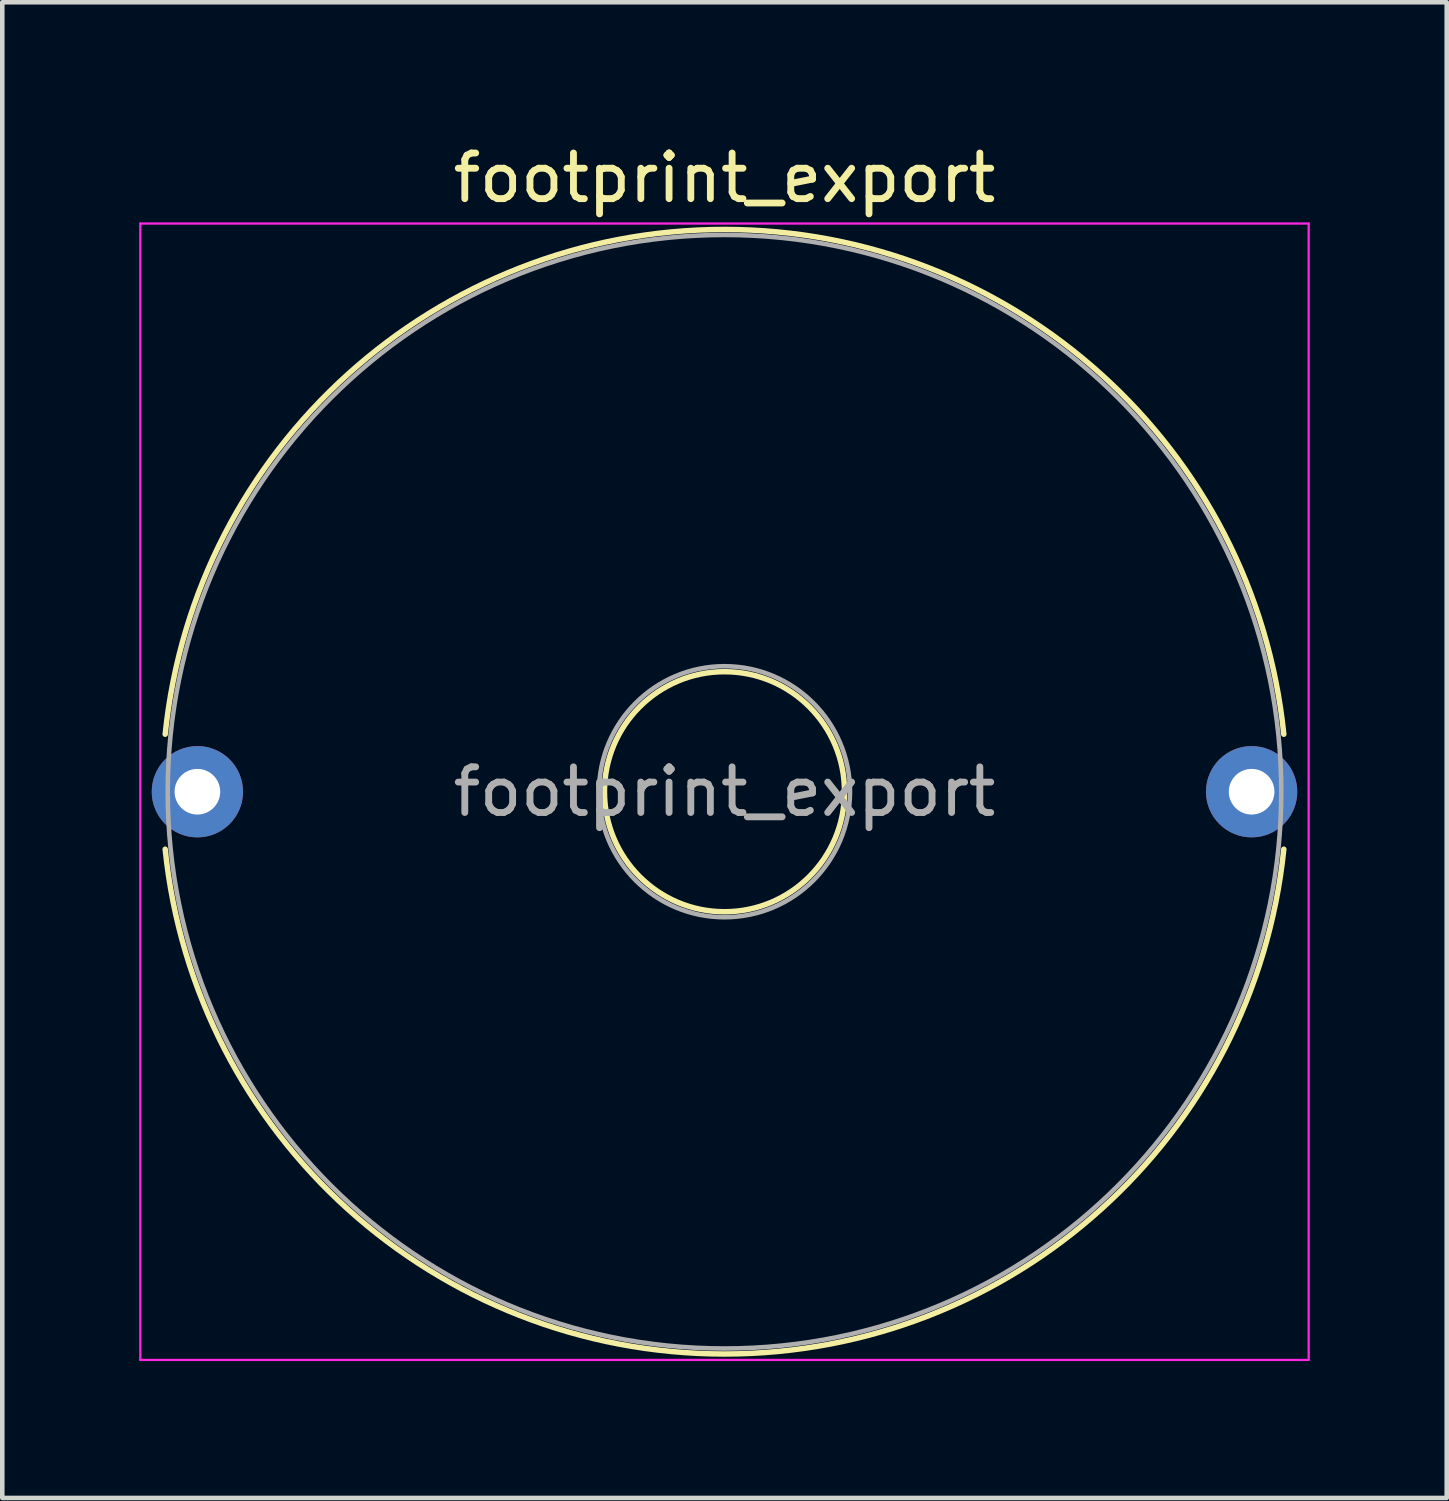
<source format=kicad_pcb>
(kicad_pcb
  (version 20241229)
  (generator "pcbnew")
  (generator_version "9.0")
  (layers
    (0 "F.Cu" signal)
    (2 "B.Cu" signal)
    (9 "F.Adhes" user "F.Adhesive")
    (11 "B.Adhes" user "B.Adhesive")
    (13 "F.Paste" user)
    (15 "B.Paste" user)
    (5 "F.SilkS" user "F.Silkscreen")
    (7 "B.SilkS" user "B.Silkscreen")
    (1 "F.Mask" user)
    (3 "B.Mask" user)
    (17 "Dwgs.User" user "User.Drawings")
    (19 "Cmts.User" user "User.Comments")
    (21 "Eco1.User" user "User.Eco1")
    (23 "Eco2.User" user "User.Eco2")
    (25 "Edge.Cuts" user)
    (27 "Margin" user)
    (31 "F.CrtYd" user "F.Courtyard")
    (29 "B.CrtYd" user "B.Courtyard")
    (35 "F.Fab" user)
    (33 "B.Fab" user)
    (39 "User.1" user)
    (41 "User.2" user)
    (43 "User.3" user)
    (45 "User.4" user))
  (footprint "footprint_export"
    (layer "F.Cu")
    (at 1.275 14.298)
    (property "Reference" "footprint_export" (at 11.55 -13.45 0) (layer "F.SilkS") (effects (font (size 1 1) (thickness 0.15))))
    (attr through_hole)
    (fp_arc (start -0.705399 -1.26) (mid 11.55 -12.32) (end 23.805399 -1.26) (stroke (width 0.12) (type solid)) (layer "F.SilkS"))
    (fp_arc (start 23.805399 1.26) (mid 11.55 12.32) (end -0.705399 1.26) (stroke (width 0.12) (type solid)) (layer "F.SilkS"))
    (fp_circle (center 11.55 0) (end 14.18 0) (stroke (width 0.12) (type solid)) (fill no) (layer "F.SilkS"))
    (fp_line (start -1.25 -12.45) (end -1.25 12.45) (stroke (width 0.05) (type solid)) (layer "F.CrtYd"))
    (fp_line (start -1.25 12.45) (end 24.35 12.45) (stroke (width 0.05) (type solid)) (layer "F.CrtYd"))
    (fp_line (start 24.35 -12.45) (end -1.25 -12.45) (stroke (width 0.05) (type solid)) (layer "F.CrtYd"))
    (fp_line (start 24.35 12.45) (end 24.35 -12.45) (stroke (width 0.05) (type solid)) (layer "F.CrtYd"))
    (fp_circle (center 11.55 0) (end 14.3 0) (stroke (width 0.1) (type solid)) (fill no) (layer "F.Fab"))
    (fp_circle (center 11.55 0) (end 23.75 0) (stroke (width 0.1) (type solid)) (fill no) (layer "F.Fab"))
    (fp_text user "${REFERENCE}" (at 11.55 0 0) (layer "F.Fab") (effects (font (size 1 1) (thickness 0.15))))
    (pad "1" thru_hole circle (at 0 0) (size 2 2) (drill 1) (layers "*.Cu" "*.Mask"))
    (pad "2" thru_hole circle (at 23.1 0) (size 2 2) (drill 1) (layers "*.Cu" "*.Mask")))
  (gr_rect
    (start -3 -3)
    (end 28.65 29.773)
    (stroke (width 0.1) (type default))
    (fill no)
    (layer "Edge.Cuts")))
</source>
